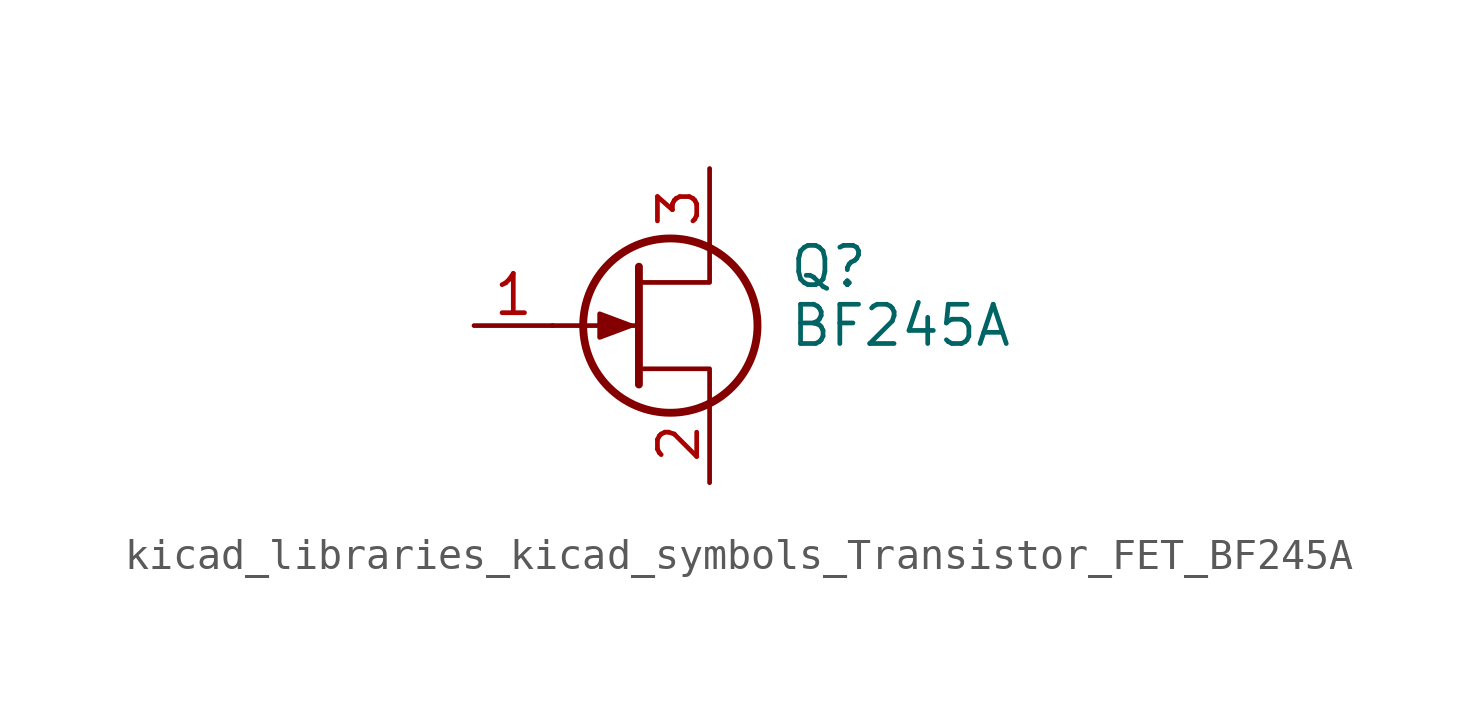
<source format=kicad_sym>
(kicad_symbol_lib
  (version 20220914)
  (generator kicad_symbol_editor)
  (symbol "kicad_libraries_kicad_symbols_Transistor_FET_BF245A"
    (pin_names hide)
    (property "Reference" "Q"
      (at 5.08 1.905 0)
      (effects (font (size 1.27 1.27)) (justify left)))
    (property "Value" "BF245A"
      (at 5.08 0 0)
      (effects (font (size 1.27 1.27)) (justify left)))
    (symbol "kicad_libraries_kicad_symbols_Transistor_FET_BF245A_0_1"
      (polyline (pts (xy 0.254 0) (xy -2.54 0)) (stroke (width 0) (type default)) (fill (type none)))
      (polyline (pts (xy 0.254 1.905) (xy 0.254 -1.905)) (stroke (width 0.254) (type default)) (fill (type none)))
      (polyline (pts (xy 2.54 -2.54) (xy 2.54 -1.397) (xy 0.254 -1.397)) (stroke (width 0) (type default)) (fill (type none)))
      (polyline (pts (xy 2.54 2.54) (xy 2.54 1.397) (xy 0.254 1.397)) (stroke (width 0) (type default)) (fill (type none)))
      (polyline (pts (xy 0 0) (xy -1.016 0.381) (xy -1.016 -0.381) (xy 0 0)) (stroke (width 0) (type default)) (fill (type outline)))
      (circle (center 1.27 0) (radius 2.819) (stroke (width 0.254) (type default)) (fill (type none))))
    (symbol "kicad_libraries_kicad_symbols_Transistor_FET_BF245A_1_1"
      (pin input line (at -5.08 0 0) (length 2.54) (name "G" (effects (font (size 1.27 1.27)))) (number "1" (effects (font (size 1.27 1.27)))))
      (pin passive line (at 2.54 -5.08 90) (length 2.54) (name "S" (effects (font (size 1.27 1.27)))) (number "2" (effects (font (size 1.27 1.27)))))
      (pin passive line (at 2.54 5.08 270) (length 2.54) (name "D" (effects (font (size 1.27 1.27)))) (number "3" (effects (font (size 1.27 1.27))))))))
</source>
